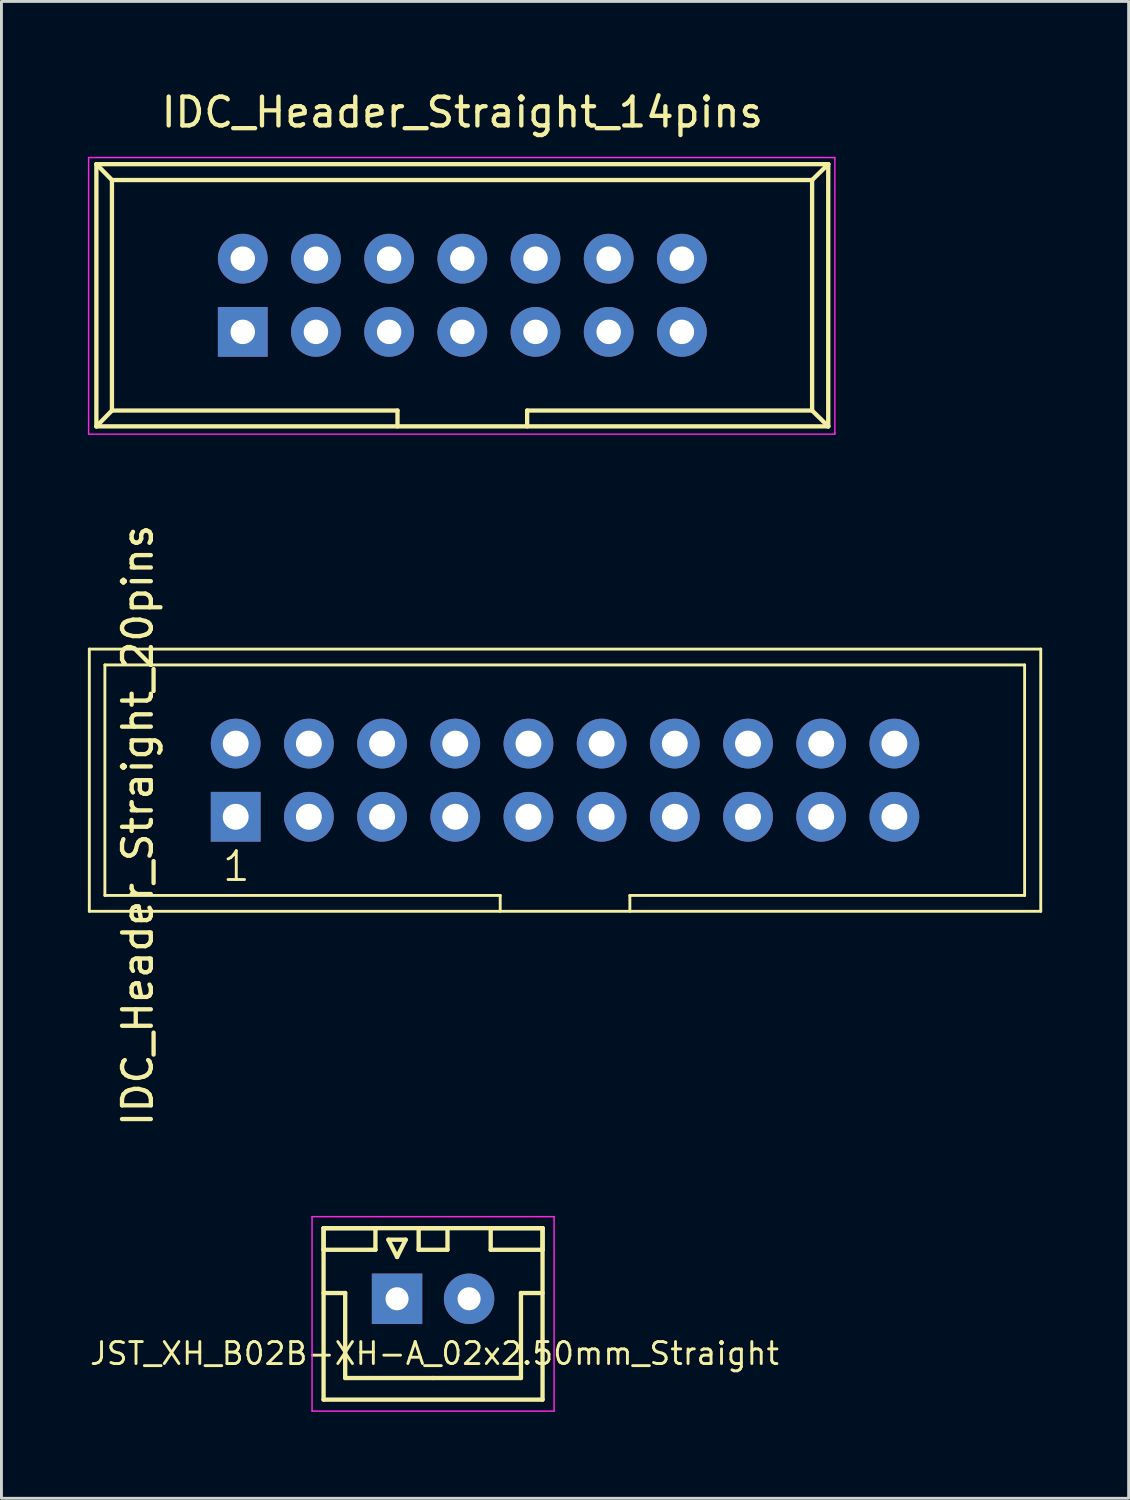
<source format=kicad_pcb>
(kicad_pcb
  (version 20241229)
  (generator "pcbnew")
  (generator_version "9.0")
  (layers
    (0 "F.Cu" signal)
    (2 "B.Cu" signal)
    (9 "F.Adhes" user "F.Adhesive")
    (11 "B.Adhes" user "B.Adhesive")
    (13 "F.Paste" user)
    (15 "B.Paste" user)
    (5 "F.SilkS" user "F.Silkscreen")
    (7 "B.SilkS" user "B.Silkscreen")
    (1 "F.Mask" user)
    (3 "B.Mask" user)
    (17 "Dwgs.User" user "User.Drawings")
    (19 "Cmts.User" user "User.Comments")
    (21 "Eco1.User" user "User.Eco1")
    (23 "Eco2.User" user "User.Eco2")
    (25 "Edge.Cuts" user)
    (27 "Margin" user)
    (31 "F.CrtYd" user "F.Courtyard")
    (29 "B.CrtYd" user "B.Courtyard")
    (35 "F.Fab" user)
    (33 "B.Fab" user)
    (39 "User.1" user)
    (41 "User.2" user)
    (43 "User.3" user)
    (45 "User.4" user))
  (footprint "JST_XH_B02B-XH-A_02x2.50mm_Straight"
    (layer "F.Cu")
    (at 10.73 42.025)
    (property "Reference" "JST_XH_B02B-XH-A_02x2.50mm_Straight" (at 1.3 1.9 0) (layer "F.SilkS") (effects (font (size 0.762 0.762) (thickness 0.1))))
    (attr through_hole)
    (fp_line (start -2.55 -2.45) (end -2.55 -1.7) (stroke (width 0.15) (type solid)) (layer "F.SilkS"))
    (fp_line (start -2.55 -2.45) (end -2.55 3.5) (stroke (width 0.15) (type solid)) (layer "F.SilkS"))
    (fp_line (start -2.55 -1.7) (end -0.75 -1.7) (stroke (width 0.15) (type solid)) (layer "F.SilkS"))
    (fp_line (start -2.55 -0.2) (end -1.8 -0.2) (stroke (width 0.15) (type solid)) (layer "F.SilkS"))
    (fp_line (start -2.55 3.5) (end 5.05 3.5) (stroke (width 0.15) (type solid)) (layer "F.SilkS"))
    (fp_line (start -1.8 -0.2) (end -1.8 2.75) (stroke (width 0.15) (type solid)) (layer "F.SilkS"))
    (fp_line (start -1.8 2.75) (end 1.25 2.75) (stroke (width 0.15) (type solid)) (layer "F.SilkS"))
    (fp_line (start -0.75 -2.45) (end -2.55 -2.45) (stroke (width 0.15) (type solid)) (layer "F.SilkS"))
    (fp_line (start -0.75 -1.7) (end -0.75 -2.45) (stroke (width 0.15) (type solid)) (layer "F.SilkS"))
    (fp_line (start -0.3 -2.05) (end 0.3 -2.05) (stroke (width 0.15) (type solid)) (layer "F.SilkS"))
    (fp_line (start 0 -1.45) (end -0.3 -2.05) (stroke (width 0.15) (type solid)) (layer "F.SilkS"))
    (fp_line (start 0.3 -2.05) (end 0 -1.45) (stroke (width 0.15) (type solid)) (layer "F.SilkS"))
    (fp_line (start 0.75 -2.45) (end 0.75 -1.7) (stroke (width 0.15) (type solid)) (layer "F.SilkS"))
    (fp_line (start 0.75 -1.7) (end 1.75 -1.7) (stroke (width 0.15) (type solid)) (layer "F.SilkS"))
    (fp_line (start 1.75 -2.45) (end 0.75 -2.45) (stroke (width 0.15) (type solid)) (layer "F.SilkS"))
    (fp_line (start 1.75 -1.7) (end 1.75 -2.45) (stroke (width 0.15) (type solid)) (layer "F.SilkS"))
    (fp_line (start 3.25 -2.45) (end 3.25 -1.7) (stroke (width 0.15) (type solid)) (layer "F.SilkS"))
    (fp_line (start 3.25 -1.7) (end 5.05 -1.7) (stroke (width 0.15) (type solid)) (layer "F.SilkS"))
    (fp_line (start 4.3 -0.2) (end 4.3 2.75) (stroke (width 0.15) (type solid)) (layer "F.SilkS"))
    (fp_line (start 4.3 2.75) (end 1.25 2.75) (stroke (width 0.15) (type solid)) (layer "F.SilkS"))
    (fp_line (start 5.05 -2.45) (end -2.55 -2.45) (stroke (width 0.15) (type solid)) (layer "F.SilkS"))
    (fp_line (start 5.05 -2.45) (end 3.25 -2.45) (stroke (width 0.15) (type solid)) (layer "F.SilkS"))
    (fp_line (start 5.05 -1.7) (end 5.05 -2.45) (stroke (width 0.15) (type solid)) (layer "F.SilkS"))
    (fp_line (start 5.05 -0.2) (end 4.3 -0.2) (stroke (width 0.15) (type solid)) (layer "F.SilkS"))
    (fp_line (start 5.05 3.5) (end 5.05 -2.45) (stroke (width 0.15) (type solid)) (layer "F.SilkS"))
    (fp_line (start -2.95 -2.85) (end -2.95 3.9) (stroke (width 0.05) (type solid)) (layer "F.CrtYd"))
    (fp_line (start -2.95 3.9) (end 5.45 3.9) (stroke (width 0.05) (type solid)) (layer "F.CrtYd"))
    (fp_line (start 5.45 -2.85) (end -2.95 -2.85) (stroke (width 0.05) (type solid)) (layer "F.CrtYd"))
    (fp_line (start 5.45 3.9) (end 5.45 -2.85) (stroke (width 0.05) (type solid)) (layer "F.CrtYd"))
    (pad "1" thru_hole rect (at 0 0) (size 1.75 1.75) (drill 0.8) (layers "*.Cu" "*.Mask"))
    (pad "2" thru_hole circle (at 2.5 0) (size 1.75 1.75) (drill 0.8) (layers "*.Cu" "*.Mask")))
  (footprint "IDC_Header_Straight_20pins"
    (layer "F.Cu")
    (at 5.13 25.297)
    (property "Reference" "IDC_Header_Straight_20pins" (at -3.4 0.3 90) (layer "F.SilkS") (effects (font (size 1 1) (thickness 0.15))))
    (attr through_hole)
    (fp_line (start -5.08 -5.82) (end -5.08 3.28) (stroke (width 0.1) (type solid)) (layer "F.SilkS"))
    (fp_line (start -5.08 -5.82) (end 27.94 -5.82) (stroke (width 0.1) (type solid)) (layer "F.SilkS"))
    (fp_line (start -5.08 3.28) (end 27.94 3.28) (stroke (width 0.1) (type solid)) (layer "F.SilkS"))
    (fp_line (start -4.54 -5.27) (end -4.54 2.73) (stroke (width 0.1) (type solid)) (layer "F.SilkS"))
    (fp_line (start -4.54 -5.27) (end 27.38 -5.27) (stroke (width 0.1) (type solid)) (layer "F.SilkS"))
    (fp_line (start -4.54 2.73) (end 9.18 2.73) (stroke (width 0.1) (type solid)) (layer "F.SilkS"))
    (fp_line (start 9.18 2.73) (end 9.18 3.28) (stroke (width 0.1) (type solid)) (layer "F.SilkS"))
    (fp_line (start 13.68 2.73) (end 13.68 3.28) (stroke (width 0.1) (type solid)) (layer "F.SilkS"))
    (fp_line (start 13.68 2.73) (end 27.38 2.73) (stroke (width 0.1) (type solid)) (layer "F.SilkS"))
    (fp_line (start 27.38 -5.27) (end 27.38 2.73) (stroke (width 0.1) (type solid)) (layer "F.SilkS"))
    (fp_line (start 27.94 -5.82) (end 27.94 3.28) (stroke (width 0.1) (type solid)) (layer "F.SilkS"))
    (fp_text user "1" (at 0.02 1.72 0) (layer "F.SilkS") (effects (font (size 1 1) (thickness 0.1))))
    (pad "1" thru_hole rect (at 0 0) (size 1.727 1.727) (drill 0.9) (layers "*.Cu" "*.Mask"))
    (pad "2" thru_hole oval (at 0 -2.54) (size 1.727 1.727) (drill 0.9) (layers "*.Cu" "*.Mask"))
    (pad "3" thru_hole oval (at 2.54 0) (size 1.727 1.727) (drill 0.9) (layers "*.Cu" "*.Mask"))
    (pad "4" thru_hole oval (at 2.54 -2.54) (size 1.727 1.727) (drill 0.9) (layers "*.Cu" "*.Mask"))
    (pad "5" thru_hole oval (at 5.08 0) (size 1.727 1.727) (drill 0.9) (layers "*.Cu" "*.Mask"))
    (pad "6" thru_hole oval (at 5.08 -2.54) (size 1.727 1.727) (drill 0.9) (layers "*.Cu" "*.Mask"))
    (pad "7" thru_hole oval (at 7.62 0) (size 1.727 1.727) (drill 0.9) (layers "*.Cu" "*.Mask"))
    (pad "8" thru_hole oval (at 7.62 -2.54) (size 1.727 1.727) (drill 0.9) (layers "*.Cu" "*.Mask"))
    (pad "9" thru_hole oval (at 10.16 0) (size 1.727 1.727) (drill 0.9) (layers "*.Cu" "*.Mask"))
    (pad "10" thru_hole oval (at 10.16 -2.54) (size 1.727 1.727) (drill 0.9) (layers "*.Cu" "*.Mask"))
    (pad "11" thru_hole oval (at 12.7 0) (size 1.727 1.727) (drill 0.9) (layers "*.Cu" "*.Mask"))
    (pad "12" thru_hole oval (at 12.7 -2.54) (size 1.727 1.727) (drill 0.9) (layers "*.Cu" "*.Mask"))
    (pad "13" thru_hole oval (at 15.24 0) (size 1.727 1.727) (drill 0.9) (layers "*.Cu" "*.Mask"))
    (pad "14" thru_hole oval (at 15.24 -2.54) (size 1.727 1.727) (drill 0.9) (layers "*.Cu" "*.Mask"))
    (pad "15" thru_hole oval (at 17.78 0) (size 1.727 1.727) (drill 0.9) (layers "*.Cu" "*.Mask"))
    (pad "16" thru_hole oval (at 17.78 -2.54) (size 1.727 1.727) (drill 0.9) (layers "*.Cu" "*.Mask"))
    (pad "17" thru_hole oval (at 20.32 0) (size 1.727 1.727) (drill 0.9) (layers "*.Cu" "*.Mask"))
    (pad "18" thru_hole oval (at 20.32 -2.54) (size 1.727 1.727) (drill 0.9) (layers "*.Cu" "*.Mask"))
    (pad "19" thru_hole oval (at 22.86 0) (size 1.727 1.727) (drill 0.9) (layers "*.Cu" "*.Mask"))
    (pad "20" thru_hole oval (at 22.86 -2.54) (size 1.727 1.727) (drill 0.9) (layers "*.Cu" "*.Mask")))
  (footprint "IDC_Header_Straight_14pins"
    (layer "F.Cu")
    (at 5.375 8.468)
    (property "Reference" "IDC_Header_Straight_14pins" (at 7.62 -7.62 0) (layer "F.SilkS") (effects (font (size 1 1) (thickness 0.15))))
    (attr through_hole)
    (fp_line (start -5.08 -5.82) (end -5.08 3.28) (stroke (width 0.15) (type solid)) (layer "F.SilkS"))
    (fp_line (start -5.08 -5.82) (end -4.54 -5.27) (stroke (width 0.15) (type solid)) (layer "F.SilkS"))
    (fp_line (start -5.08 -5.82) (end 20.32 -5.82) (stroke (width 0.15) (type solid)) (layer "F.SilkS"))
    (fp_line (start -5.08 3.28) (end -4.54 2.73) (stroke (width 0.15) (type solid)) (layer "F.SilkS"))
    (fp_line (start -5.08 3.28) (end 20.32 3.28) (stroke (width 0.15) (type solid)) (layer "F.SilkS"))
    (fp_line (start -4.54 -5.27) (end -4.54 2.73) (stroke (width 0.15) (type solid)) (layer "F.SilkS"))
    (fp_line (start -4.54 -5.27) (end 19.76 -5.27) (stroke (width 0.15) (type solid)) (layer "F.SilkS"))
    (fp_line (start -4.54 2.73) (end 5.37 2.73) (stroke (width 0.15) (type solid)) (layer "F.SilkS"))
    (fp_line (start 5.37 2.73) (end 5.37 3.28) (stroke (width 0.15) (type solid)) (layer "F.SilkS"))
    (fp_line (start 9.87 2.73) (end 9.87 3.28) (stroke (width 0.15) (type solid)) (layer "F.SilkS"))
    (fp_line (start 9.87 2.73) (end 19.76 2.73) (stroke (width 0.15) (type solid)) (layer "F.SilkS"))
    (fp_line (start 19.76 -5.27) (end 19.76 2.73) (stroke (width 0.15) (type solid)) (layer "F.SilkS"))
    (fp_line (start 20.32 -5.82) (end 19.76 -5.27) (stroke (width 0.15) (type solid)) (layer "F.SilkS"))
    (fp_line (start 20.32 -5.82) (end 20.32 3.28) (stroke (width 0.15) (type solid)) (layer "F.SilkS"))
    (fp_line (start 20.32 3.28) (end 19.76 2.73) (stroke (width 0.15) (type solid)) (layer "F.SilkS"))
    (fp_line (start -5.35 -6.05) (end 20.55 -6.05) (stroke (width 0.05) (type solid)) (layer "F.CrtYd"))
    (fp_line (start -5.35 3.55) (end -5.35 -6.05) (stroke (width 0.05) (type solid)) (layer "F.CrtYd"))
    (fp_line (start 20.55 -6.05) (end 20.55 3.55) (stroke (width 0.05) (type solid)) (layer "F.CrtYd"))
    (fp_line (start 20.55 3.55) (end -5.35 3.55) (stroke (width 0.05) (type solid)) (layer "F.CrtYd"))
    (pad "1" thru_hole rect (at 0 0) (size 1.727 1.727) (drill 0.85) (layers "*.Cu" "*.Mask"))
    (pad "2" thru_hole oval (at 0 -2.54) (size 1.727 1.727) (drill 0.85) (layers "*.Cu" "*.Mask"))
    (pad "3" thru_hole oval (at 2.54 0) (size 1.727 1.727) (drill 0.85) (layers "*.Cu" "*.Mask"))
    (pad "4" thru_hole oval (at 2.54 -2.54) (size 1.727 1.727) (drill 0.85) (layers "*.Cu" "*.Mask"))
    (pad "5" thru_hole oval (at 5.08 0) (size 1.727 1.727) (drill 0.85) (layers "*.Cu" "*.Mask"))
    (pad "6" thru_hole oval (at 5.08 -2.54) (size 1.727 1.727) (drill 0.85) (layers "*.Cu" "*.Mask"))
    (pad "7" thru_hole oval (at 7.62 0) (size 1.727 1.727) (drill 0.85) (layers "*.Cu" "*.Mask"))
    (pad "8" thru_hole oval (at 7.62 -2.54) (size 1.727 1.727) (drill 0.85) (layers "*.Cu" "*.Mask"))
    (pad "9" thru_hole oval (at 10.16 0) (size 1.727 1.727) (drill 0.85) (layers "*.Cu" "*.Mask"))
    (pad "10" thru_hole oval (at 10.16 -2.54) (size 1.727 1.727) (drill 0.85) (layers "*.Cu" "*.Mask"))
    (pad "11" thru_hole oval (at 12.7 0) (size 1.727 1.727) (drill 0.85) (layers "*.Cu" "*.Mask"))
    (pad "12" thru_hole oval (at 12.7 -2.54) (size 1.727 1.727) (drill 0.85) (layers "*.Cu" "*.Mask"))
    (pad "13" thru_hole oval (at 15.24 0) (size 1.727 1.727) (drill 0.85) (layers "*.Cu" "*.Mask"))
    (pad "14" thru_hole oval (at 15.24 -2.54) (size 1.727 1.727) (drill 0.85) (layers "*.Cu" "*.Mask")))
  (gr_rect
    (start -3 -3)
    (end 36.12 48.95)
    (stroke (width 0.1) (type default))
    (fill no)
    (layer "Edge.Cuts")))
</source>
